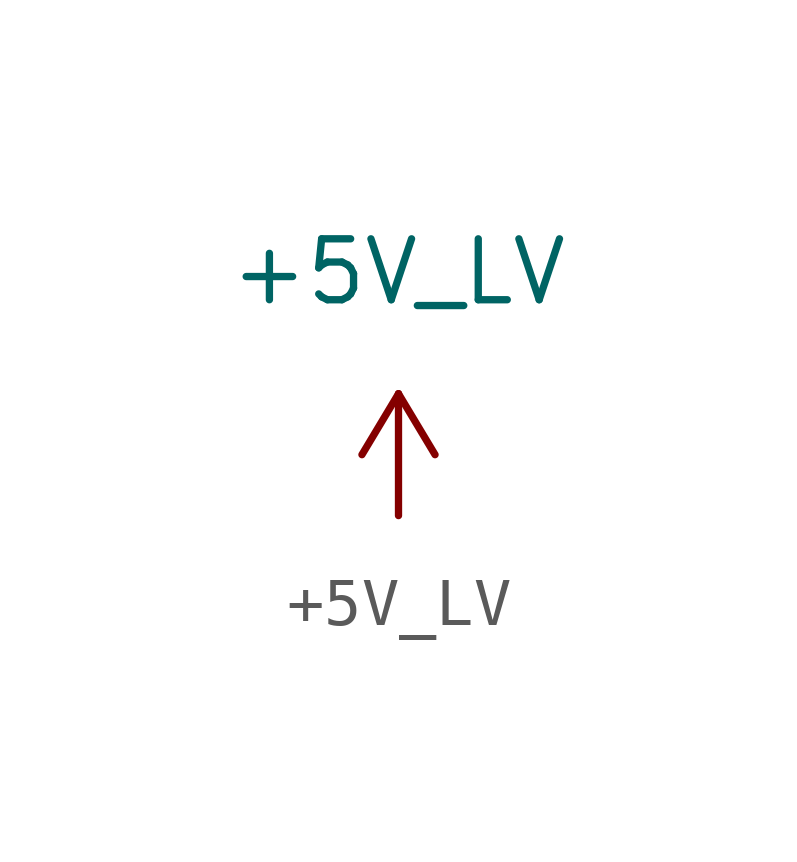
<source format=kicad_sym>
(kicad_symbol_lib
  (version 20211014)
  (generator kicad_symbol_editor)
  (symbol "+5V_LV"
    (power)
    (pin_numbers hide)
    (pin_names
      (offset 0))
    (property "Reference" "#PWR"
      (at 1.27 0 90)
      (effects (font (size 1.27 1.27)) hide))
    (property "Value" "+5V_LV"
      (at 0 5.08 0)
      (effects (font (size 1.27 1.27))))
    (symbol "+5V_LV_1_1"
      (polyline (pts (xy -0.762 1.27) (xy 0 2.54)) (stroke (width 0) (type default) (color 0 0 0 0)) (fill (type none)))
      (polyline (pts (xy 0 0) (xy 0 2.54)) (stroke (width 0) (type default) (color 0 0 0 0)) (fill (type none)))
      (polyline (pts (xy 0 2.54) (xy 0.762 1.27)) (stroke (width 0) (type default) (color 0 0 0 0)) (fill (type none)))
      (pin power_in line (at 0 0 90) (length 0) hide (name "+5V_LV" (effects (font (size 1.27 1.27)))) (number "1" (effects (font (size 1.27 1.27))))))))
</source>
